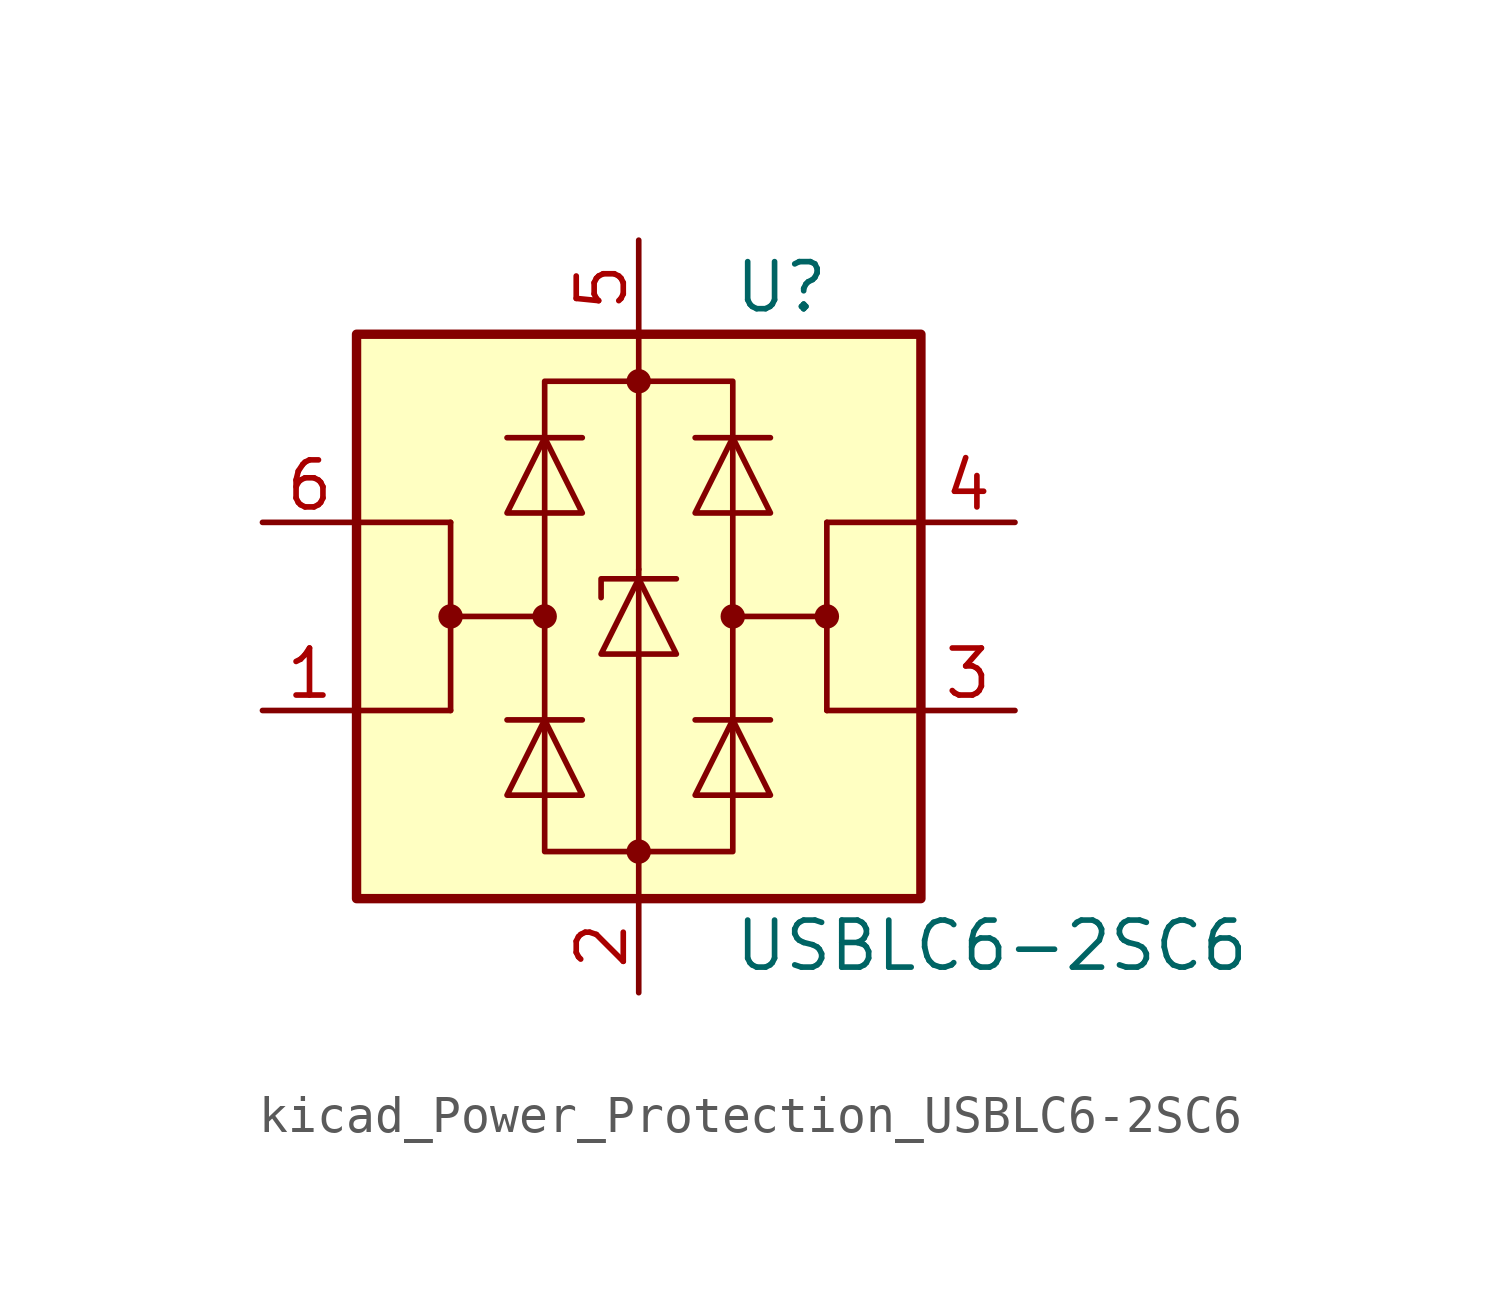
<source format=kicad_sym>
(kicad_symbol_lib
  (version 20220914)
  (generator kicad_symbol_editor)
  (symbol "kicad_Power_Protection_USBLC6-2SC6"
    (pin_names hide)
    (property "Reference" "U"
      (at 2.54 8.89 0)
      (effects (font (size 1.27 1.27)) (justify left)))
    (property "Value" "USBLC6-2SC6"
      (at 2.54 -8.89 0)
      (effects (font (size 1.27 1.27)) (justify left)))
    (symbol "kicad_Power_Protection_USBLC6-2SC6_0_1"
      (rectangle (start -7.62 -7.62) (end 7.62 7.62) (stroke (width 0.254) (type default)) (fill (type background)))
      (circle (center -5.08 0) (radius 0.254) (stroke (width 0) (type default)) (fill (type outline)))
      (circle (center -2.54 0) (radius 0.254) (stroke (width 0) (type default)) (fill (type outline)))
      (rectangle (start -2.54 6.35) (end 2.54 -6.35) (stroke (width 0) (type default)) (fill (type none)))
      (circle (center 0 -6.35) (radius 0.254) (stroke (width 0) (type default)) (fill (type outline)))
      (polyline (pts (xy -5.08 -2.54) (xy -7.62 -2.54)) (stroke (width 0) (type default)) (fill (type none)))
      (polyline (pts (xy -5.08 0) (xy -5.08 -2.54)) (stroke (width 0) (type default)) (fill (type none)))
      (polyline (pts (xy -5.08 2.54) (xy -7.62 2.54)) (stroke (width 0) (type default)) (fill (type none)))
      (polyline (pts (xy -1.524 -2.794) (xy -3.556 -2.794)) (stroke (width 0) (type default)) (fill (type none)))
      (polyline (pts (xy -1.524 4.826) (xy -3.556 4.826)) (stroke (width 0) (type default)) (fill (type none)))
      (polyline (pts (xy 0 -7.62) (xy 0 -6.35)) (stroke (width 0) (type default)) (fill (type none)))
      (polyline (pts (xy 0 -6.35) (xy 0 1.27)) (stroke (width 0) (type default)) (fill (type none)))
      (polyline (pts (xy 0 1.27) (xy 0 6.35)) (stroke (width 0) (type default)) (fill (type none)))
      (polyline (pts (xy 0 6.35) (xy 0 7.62)) (stroke (width 0) (type default)) (fill (type none)))
      (polyline (pts (xy 1.524 -2.794) (xy 3.556 -2.794)) (stroke (width 0) (type default)) (fill (type none)))
      (polyline (pts (xy 1.524 4.826) (xy 3.556 4.826)) (stroke (width 0) (type default)) (fill (type none)))
      (polyline (pts (xy 5.08 -2.54) (xy 7.62 -2.54)) (stroke (width 0) (type default)) (fill (type none)))
      (polyline (pts (xy 5.08 0) (xy 5.08 -2.54)) (stroke (width 0) (type default)) (fill (type none)))
      (polyline (pts (xy 5.08 2.54) (xy 7.62 2.54)) (stroke (width 0) (type default)) (fill (type none)))
      (polyline (pts (xy -2.54 0) (xy -5.08 0) (xy -5.08 2.54)) (stroke (width 0) (type default)) (fill (type none)))
      (polyline (pts (xy 2.54 0) (xy 5.08 0) (xy 5.08 2.54)) (stroke (width 0) (type default)) (fill (type none)))
      (polyline (pts (xy -3.556 -4.826) (xy -1.524 -4.826) (xy -2.54 -2.794) (xy -3.556 -4.826)) (stroke (width 0) (type default)) (fill (type none)))
      (polyline (pts (xy -3.556 2.794) (xy -1.524 2.794) (xy -2.54 4.826) (xy -3.556 2.794)) (stroke (width 0) (type default)) (fill (type none)))
      (polyline (pts (xy -1.016 -1.016) (xy 1.016 -1.016) (xy 0 1.016) (xy -1.016 -1.016)) (stroke (width 0) (type default)) (fill (type none)))
      (polyline (pts (xy 1.016 1.016) (xy 0.762 1.016) (xy -1.016 1.016) (xy -1.016 0.508)) (stroke (width 0) (type default)) (fill (type none)))
      (polyline (pts (xy 3.556 -4.826) (xy 1.524 -4.826) (xy 2.54 -2.794) (xy 3.556 -4.826)) (stroke (width 0) (type default)) (fill (type none)))
      (polyline (pts (xy 3.556 2.794) (xy 1.524 2.794) (xy 2.54 4.826) (xy 3.556 2.794)) (stroke (width 0) (type default)) (fill (type none)))
      (circle (center 0 6.35) (radius 0.254) (stroke (width 0) (type default)) (fill (type outline)))
      (circle (center 2.54 0) (radius 0.254) (stroke (width 0) (type default)) (fill (type outline)))
      (circle (center 5.08 0) (radius 0.254) (stroke (width 0) (type default)) (fill (type outline))))
    (symbol "kicad_Power_Protection_USBLC6-2SC6_1_1"
      (pin passive line (at -10.16 -2.54 0) (length 2.54) (name "I/O1" (effects (font (size 1.27 1.27)))) (number "1" (effects (font (size 1.27 1.27)))))
      (pin passive line (at 0 -10.16 90) (length 2.54) (name "GND" (effects (font (size 1.27 1.27)))) (number "2" (effects (font (size 1.27 1.27)))))
      (pin passive line (at 10.16 -2.54 180) (length 2.54) (name "I/O2" (effects (font (size 1.27 1.27)))) (number "3" (effects (font (size 1.27 1.27)))))
      (pin passive line (at 10.16 2.54 180) (length 2.54) (name "I/O2" (effects (font (size 1.27 1.27)))) (number "4" (effects (font (size 1.27 1.27)))))
      (pin passive line (at 0 10.16 270) (length 2.54) (name "VBUS" (effects (font (size 1.27 1.27)))) (number "5" (effects (font (size 1.27 1.27)))))
      (pin passive line (at -10.16 2.54 0) (length 2.54) (name "I/O1" (effects (font (size 1.27 1.27)))) (number "6" (effects (font (size 1.27 1.27))))))))
</source>
